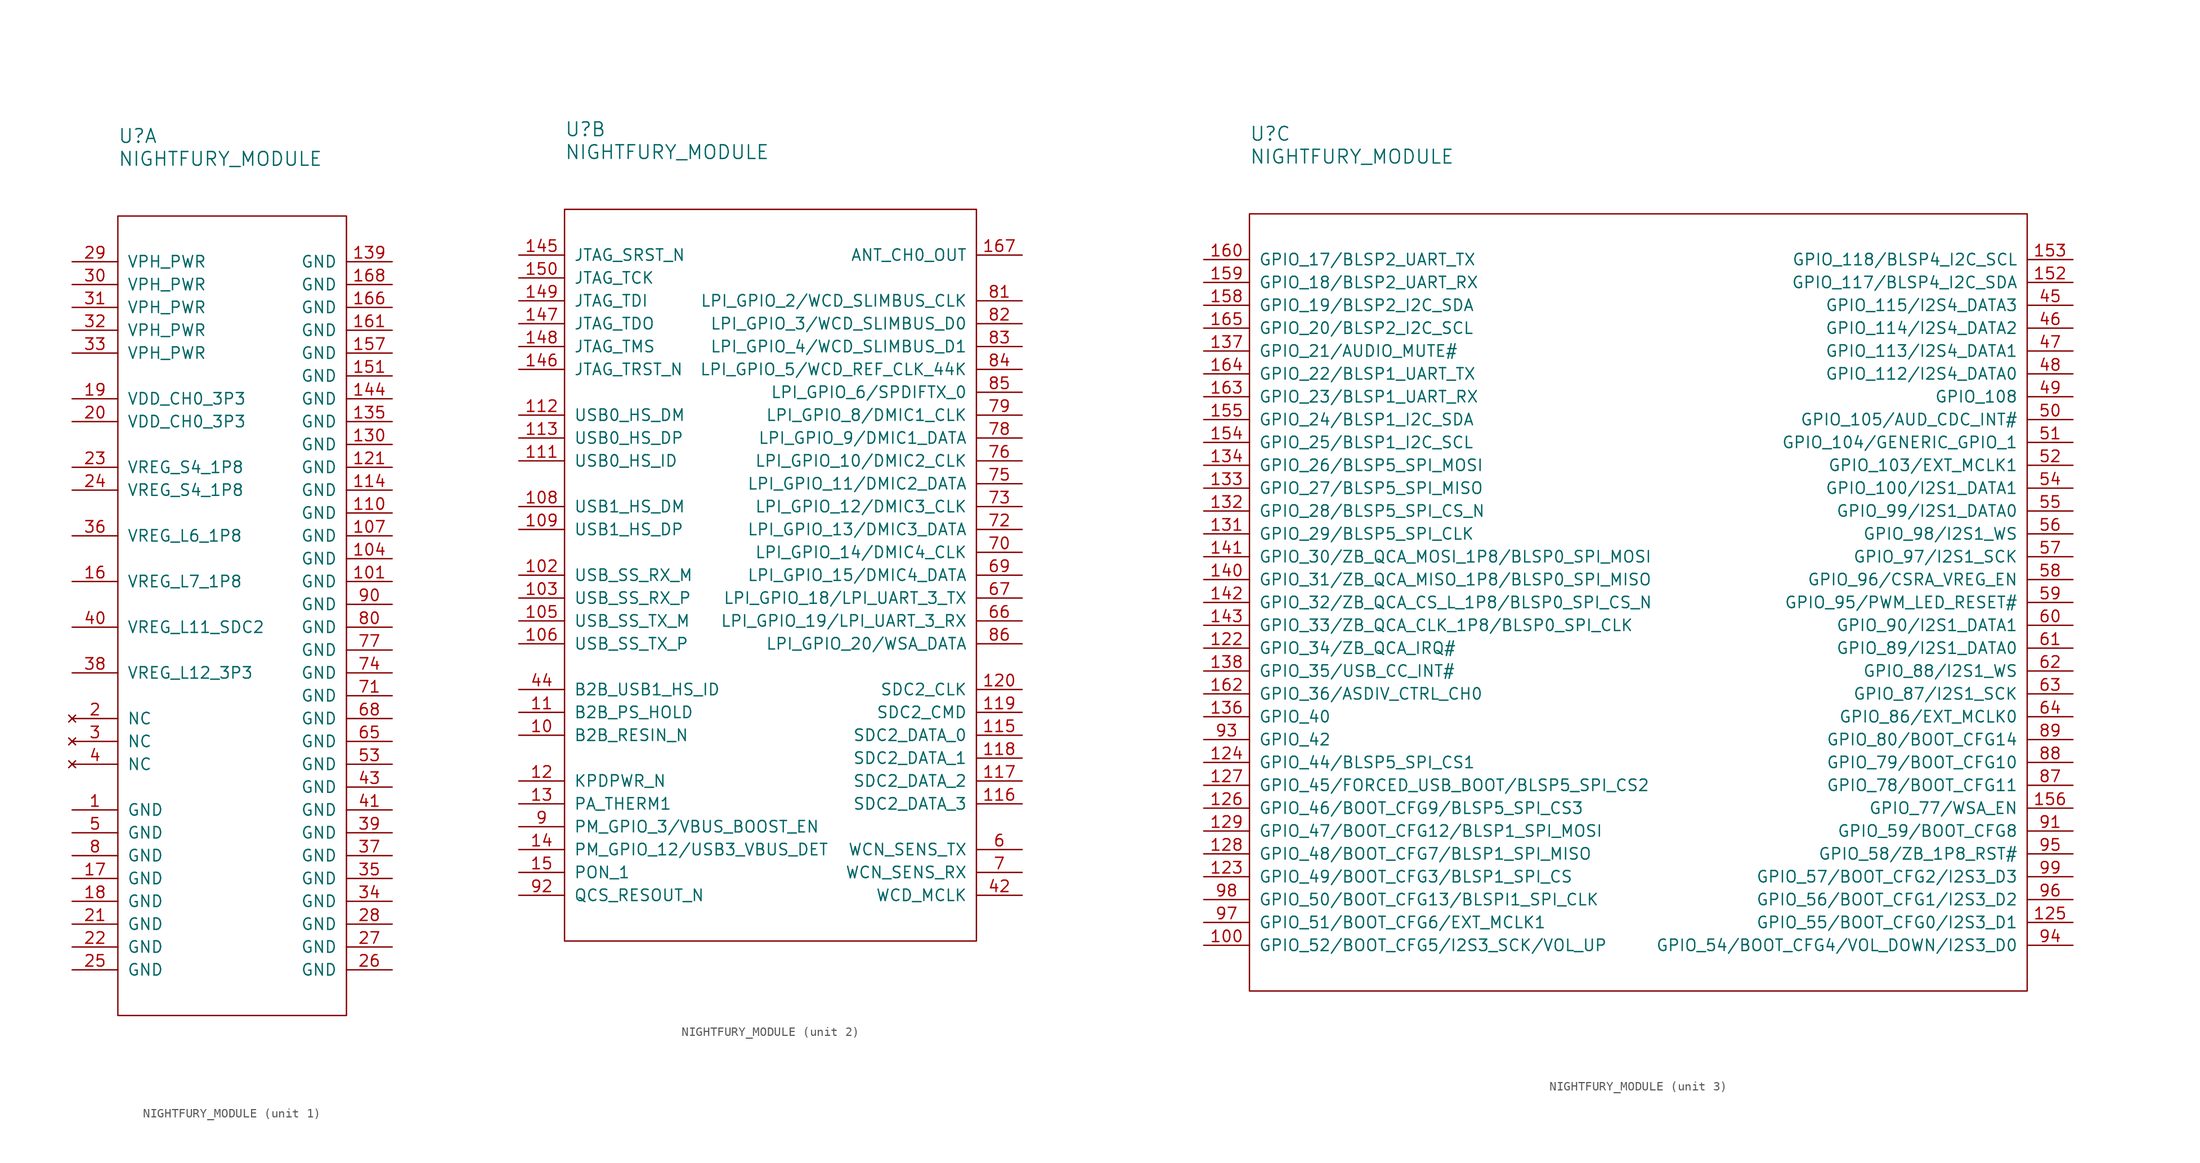
<source format=kicad_sym>
(kicad_symbol_lib
  (version 20211014)
  (generator kicad_symbol_editor)
  (symbol "NIGHTFURY_MODULE"
    (pin_names
      (offset 1.016))
    (property "Reference" "U"
      (at 0 8.89 0)
      (effects (font (size 1.524 1.524)) (justify left)))
    (property "Value" "NIGHTFURY_MODULE"
      (at 0 6.35 0)
      (effects (font (size 1.524 1.524)) (justify left)))
    (property "ki_locked" ""
      (at 0 0 0)
      (effects (font (size 1.27 1.27))))
    (symbol "NIGHTFURY_MODULE_1_1"
      (rectangle (start 0 0) (end 25.4 -88.9) (stroke (width 0) (type default) (color 0 0 0 0)) (fill (type none)))
      (pin passive line (at -5.08 -66.04 0) (length 5.08) (name "GND" (effects (font (size 1.27 1.27)))) (number "1" (effects (font (size 1.27 1.27)))))
      (pin passive line (at 30.48 -40.64 180) (length 5.08) (name "GND" (effects (font (size 1.27 1.27)))) (number "101" (effects (font (size 1.27 1.27)))))
      (pin passive line (at 30.48 -38.1 180) (length 5.08) (name "GND" (effects (font (size 1.27 1.27)))) (number "104" (effects (font (size 1.27 1.27)))))
      (pin passive line (at 30.48 -35.56 180) (length 5.08) (name "GND" (effects (font (size 1.27 1.27)))) (number "107" (effects (font (size 1.27 1.27)))))
      (pin passive line (at 30.48 -33.02 180) (length 5.08) (name "GND" (effects (font (size 1.27 1.27)))) (number "110" (effects (font (size 1.27 1.27)))))
      (pin passive line (at 30.48 -30.48 180) (length 5.08) (name "GND" (effects (font (size 1.27 1.27)))) (number "114" (effects (font (size 1.27 1.27)))))
      (pin passive line (at 30.48 -27.94 180) (length 5.08) (name "GND" (effects (font (size 1.27 1.27)))) (number "121" (effects (font (size 1.27 1.27)))))
      (pin passive line (at 30.48 -25.4 180) (length 5.08) (name "GND" (effects (font (size 1.27 1.27)))) (number "130" (effects (font (size 1.27 1.27)))))
      (pin passive line (at 30.48 -22.86 180) (length 5.08) (name "GND" (effects (font (size 1.27 1.27)))) (number "135" (effects (font (size 1.27 1.27)))))
      (pin passive line (at 30.48 -5.08 180) (length 5.08) (name "GND" (effects (font (size 1.27 1.27)))) (number "139" (effects (font (size 1.27 1.27)))))
      (pin passive line (at 30.48 -20.32 180) (length 5.08) (name "GND" (effects (font (size 1.27 1.27)))) (number "144" (effects (font (size 1.27 1.27)))))
      (pin passive line (at 30.48 -17.78 180) (length 5.08) (name "GND" (effects (font (size 1.27 1.27)))) (number "151" (effects (font (size 1.27 1.27)))))
      (pin passive line (at 30.48 -15.24 180) (length 5.08) (name "GND" (effects (font (size 1.27 1.27)))) (number "157" (effects (font (size 1.27 1.27)))))
      (pin passive line (at -5.08 -40.64 0) (length 5.08) (name "VREG_L7_1P8" (effects (font (size 1.27 1.27)))) (number "16" (effects (font (size 1.27 1.27)))))
      (pin passive line (at 30.48 -12.7 180) (length 5.08) (name "GND" (effects (font (size 1.27 1.27)))) (number "161" (effects (font (size 1.27 1.27)))))
      (pin passive line (at 30.48 -10.16 180) (length 5.08) (name "GND" (effects (font (size 1.27 1.27)))) (number "166" (effects (font (size 1.27 1.27)))))
      (pin passive line (at 30.48 -7.62 180) (length 5.08) (name "GND" (effects (font (size 1.27 1.27)))) (number "168" (effects (font (size 1.27 1.27)))))
      (pin passive line (at -5.08 -73.66 0) (length 5.08) (name "GND" (effects (font (size 1.27 1.27)))) (number "17" (effects (font (size 1.27 1.27)))))
      (pin passive line (at -5.08 -76.2 0) (length 5.08) (name "GND" (effects (font (size 1.27 1.27)))) (number "18" (effects (font (size 1.27 1.27)))))
      (pin passive line (at -5.08 -20.32 0) (length 5.08) (name "VDD_CH0_3P3" (effects (font (size 1.27 1.27)))) (number "19" (effects (font (size 1.27 1.27)))))
      (pin no_connect line (at -5.08 -55.88 0) (length 5.08) (name "NC" (effects (font (size 1.27 1.27)))) (number "2" (effects (font (size 1.27 1.27)))))
      (pin passive line (at -5.08 -22.86 0) (length 5.08) (name "VDD_CH0_3P3" (effects (font (size 1.27 1.27)))) (number "20" (effects (font (size 1.27 1.27)))))
      (pin passive line (at -5.08 -78.74 0) (length 5.08) (name "GND" (effects (font (size 1.27 1.27)))) (number "21" (effects (font (size 1.27 1.27)))))
      (pin passive line (at -5.08 -81.28 0) (length 5.08) (name "GND" (effects (font (size 1.27 1.27)))) (number "22" (effects (font (size 1.27 1.27)))))
      (pin passive line (at -5.08 -27.94 0) (length 5.08) (name "VREG_S4_1P8" (effects (font (size 1.27 1.27)))) (number "23" (effects (font (size 1.27 1.27)))))
      (pin passive line (at -5.08 -30.48 0) (length 5.08) (name "VREG_S4_1P8" (effects (font (size 1.27 1.27)))) (number "24" (effects (font (size 1.27 1.27)))))
      (pin passive line (at -5.08 -83.82 0) (length 5.08) (name "GND" (effects (font (size 1.27 1.27)))) (number "25" (effects (font (size 1.27 1.27)))))
      (pin passive line (at 30.48 -83.82 180) (length 5.08) (name "GND" (effects (font (size 1.27 1.27)))) (number "26" (effects (font (size 1.27 1.27)))))
      (pin passive line (at 30.48 -81.28 180) (length 5.08) (name "GND" (effects (font (size 1.27 1.27)))) (number "27" (effects (font (size 1.27 1.27)))))
      (pin passive line (at 30.48 -78.74 180) (length 5.08) (name "GND" (effects (font (size 1.27 1.27)))) (number "28" (effects (font (size 1.27 1.27)))))
      (pin passive line (at -5.08 -5.08 0) (length 5.08) (name "VPH_PWR" (effects (font (size 1.27 1.27)))) (number "29" (effects (font (size 1.27 1.27)))))
      (pin no_connect line (at -5.08 -58.42 0) (length 5.08) (name "NC" (effects (font (size 1.27 1.27)))) (number "3" (effects (font (size 1.27 1.27)))))
      (pin passive line (at -5.08 -7.62 0) (length 5.08) (name "VPH_PWR" (effects (font (size 1.27 1.27)))) (number "30" (effects (font (size 1.27 1.27)))))
      (pin passive line (at -5.08 -10.16 0) (length 5.08) (name "VPH_PWR" (effects (font (size 1.27 1.27)))) (number "31" (effects (font (size 1.27 1.27)))))
      (pin passive line (at -5.08 -12.7 0) (length 5.08) (name "VPH_PWR" (effects (font (size 1.27 1.27)))) (number "32" (effects (font (size 1.27 1.27)))))
      (pin passive line (at -5.08 -15.24 0) (length 5.08) (name "VPH_PWR" (effects (font (size 1.27 1.27)))) (number "33" (effects (font (size 1.27 1.27)))))
      (pin passive line (at 30.48 -76.2 180) (length 5.08) (name "GND" (effects (font (size 1.27 1.27)))) (number "34" (effects (font (size 1.27 1.27)))))
      (pin passive line (at 30.48 -73.66 180) (length 5.08) (name "GND" (effects (font (size 1.27 1.27)))) (number "35" (effects (font (size 1.27 1.27)))))
      (pin passive line (at -5.08 -35.56 0) (length 5.08) (name "VREG_L6_1P8" (effects (font (size 1.27 1.27)))) (number "36" (effects (font (size 1.27 1.27)))))
      (pin passive line (at 30.48 -71.12 180) (length 5.08) (name "GND" (effects (font (size 1.27 1.27)))) (number "37" (effects (font (size 1.27 1.27)))))
      (pin passive line (at -5.08 -50.8 0) (length 5.08) (name "VREG_L12_3P3" (effects (font (size 1.27 1.27)))) (number "38" (effects (font (size 1.27 1.27)))))
      (pin passive line (at 30.48 -68.58 180) (length 5.08) (name "GND" (effects (font (size 1.27 1.27)))) (number "39" (effects (font (size 1.27 1.27)))))
      (pin no_connect line (at -5.08 -60.96 0) (length 5.08) (name "NC" (effects (font (size 1.27 1.27)))) (number "4" (effects (font (size 1.27 1.27)))))
      (pin passive line (at -5.08 -45.72 0) (length 5.08) (name "VREG_L11_SDC2" (effects (font (size 1.27 1.27)))) (number "40" (effects (font (size 1.27 1.27)))))
      (pin passive line (at 30.48 -66.04 180) (length 5.08) (name "GND" (effects (font (size 1.27 1.27)))) (number "41" (effects (font (size 1.27 1.27)))))
      (pin passive line (at 30.48 -63.5 180) (length 5.08) (name "GND" (effects (font (size 1.27 1.27)))) (number "43" (effects (font (size 1.27 1.27)))))
      (pin passive line (at -5.08 -68.58 0) (length 5.08) (name "GND" (effects (font (size 1.27 1.27)))) (number "5" (effects (font (size 1.27 1.27)))))
      (pin passive line (at 30.48 -60.96 180) (length 5.08) (name "GND" (effects (font (size 1.27 1.27)))) (number "53" (effects (font (size 1.27 1.27)))))
      (pin passive line (at 30.48 -58.42 180) (length 5.08) (name "GND" (effects (font (size 1.27 1.27)))) (number "65" (effects (font (size 1.27 1.27)))))
      (pin passive line (at 30.48 -55.88 180) (length 5.08) (name "GND" (effects (font (size 1.27 1.27)))) (number "68" (effects (font (size 1.27 1.27)))))
      (pin passive line (at 30.48 -53.34 180) (length 5.08) (name "GND" (effects (font (size 1.27 1.27)))) (number "71" (effects (font (size 1.27 1.27)))))
      (pin passive line (at 30.48 -50.8 180) (length 5.08) (name "GND" (effects (font (size 1.27 1.27)))) (number "74" (effects (font (size 1.27 1.27)))))
      (pin passive line (at 30.48 -48.26 180) (length 5.08) (name "GND" (effects (font (size 1.27 1.27)))) (number "77" (effects (font (size 1.27 1.27)))))
      (pin passive line (at -5.08 -71.12 0) (length 5.08) (name "GND" (effects (font (size 1.27 1.27)))) (number "8" (effects (font (size 1.27 1.27)))))
      (pin passive line (at 30.48 -45.72 180) (length 5.08) (name "GND" (effects (font (size 1.27 1.27)))) (number "80" (effects (font (size 1.27 1.27)))))
      (pin passive line (at 30.48 -43.18 180) (length 5.08) (name "GND" (effects (font (size 1.27 1.27)))) (number "90" (effects (font (size 1.27 1.27))))))
    (symbol "NIGHTFURY_MODULE_2_1"
      (rectangle (start 0 0) (end 45.72 -81.28) (stroke (width 0) (type default) (color 0 0 0 0)) (fill (type none)))
      (pin passive line (at -5.08 -58.42 0) (length 5.08) (name "B2B_RESIN_N" (effects (font (size 1.27 1.27)))) (number "10" (effects (font (size 1.27 1.27)))))
      (pin passive line (at -5.08 -40.64 0) (length 5.08) (name "USB_SS_RX_M" (effects (font (size 1.27 1.27)))) (number "102" (effects (font (size 1.27 1.27)))))
      (pin passive line (at -5.08 -43.18 0) (length 5.08) (name "USB_SS_RX_P" (effects (font (size 1.27 1.27)))) (number "103" (effects (font (size 1.27 1.27)))))
      (pin passive line (at -5.08 -45.72 0) (length 5.08) (name "USB_SS_TX_M" (effects (font (size 1.27 1.27)))) (number "105" (effects (font (size 1.27 1.27)))))
      (pin passive line (at -5.08 -48.26 0) (length 5.08) (name "USB_SS_TX_P" (effects (font (size 1.27 1.27)))) (number "106" (effects (font (size 1.27 1.27)))))
      (pin passive line (at -5.08 -33.02 0) (length 5.08) (name "USB1_HS_DM" (effects (font (size 1.27 1.27)))) (number "108" (effects (font (size 1.27 1.27)))))
      (pin passive line (at -5.08 -35.56 0) (length 5.08) (name "USB1_HS_DP" (effects (font (size 1.27 1.27)))) (number "109" (effects (font (size 1.27 1.27)))))
      (pin passive line (at -5.08 -55.88 0) (length 5.08) (name "B2B_PS_HOLD" (effects (font (size 1.27 1.27)))) (number "11" (effects (font (size 1.27 1.27)))))
      (pin passive line (at -5.08 -27.94 0) (length 5.08) (name "USB0_HS_ID" (effects (font (size 1.27 1.27)))) (number "111" (effects (font (size 1.27 1.27)))))
      (pin passive line (at -5.08 -22.86 0) (length 5.08) (name "USB0_HS_DM" (effects (font (size 1.27 1.27)))) (number "112" (effects (font (size 1.27 1.27)))))
      (pin passive line (at -5.08 -25.4 0) (length 5.08) (name "USB0_HS_DP" (effects (font (size 1.27 1.27)))) (number "113" (effects (font (size 1.27 1.27)))))
      (pin passive line (at 50.8 -58.42 180) (length 5.08) (name "SDC2_DATA_0" (effects (font (size 1.27 1.27)))) (number "115" (effects (font (size 1.27 1.27)))))
      (pin passive line (at 50.8 -66.04 180) (length 5.08) (name "SDC2_DATA_3" (effects (font (size 1.27 1.27)))) (number "116" (effects (font (size 1.27 1.27)))))
      (pin passive line (at 50.8 -63.5 180) (length 5.08) (name "SDC2_DATA_2" (effects (font (size 1.27 1.27)))) (number "117" (effects (font (size 1.27 1.27)))))
      (pin passive line (at 50.8 -60.96 180) (length 5.08) (name "SDC2_DATA_1" (effects (font (size 1.27 1.27)))) (number "118" (effects (font (size 1.27 1.27)))))
      (pin passive line (at 50.8 -55.88 180) (length 5.08) (name "SDC2_CMD" (effects (font (size 1.27 1.27)))) (number "119" (effects (font (size 1.27 1.27)))))
      (pin passive line (at -5.08 -63.5 0) (length 5.08) (name "KPDPWR_N" (effects (font (size 1.27 1.27)))) (number "12" (effects (font (size 1.27 1.27)))))
      (pin passive line (at 50.8 -53.34 180) (length 5.08) (name "SDC2_CLK" (effects (font (size 1.27 1.27)))) (number "120" (effects (font (size 1.27 1.27)))))
      (pin passive line (at -5.08 -66.04 0) (length 5.08) (name "PA_THERM1" (effects (font (size 1.27 1.27)))) (number "13" (effects (font (size 1.27 1.27)))))
      (pin passive line (at -5.08 -71.12 0) (length 5.08) (name "PM_GPIO_12/USB3_VBUS_DET" (effects (font (size 1.27 1.27)))) (number "14" (effects (font (size 1.27 1.27)))))
      (pin passive line (at -5.08 -5.08 0) (length 5.08) (name "JTAG_SRST_N" (effects (font (size 1.27 1.27)))) (number "145" (effects (font (size 1.27 1.27)))))
      (pin passive line (at -5.08 -17.78 0) (length 5.08) (name "JTAG_TRST_N" (effects (font (size 1.27 1.27)))) (number "146" (effects (font (size 1.27 1.27)))))
      (pin passive line (at -5.08 -12.7 0) (length 5.08) (name "JTAG_TDO" (effects (font (size 1.27 1.27)))) (number "147" (effects (font (size 1.27 1.27)))))
      (pin passive line (at -5.08 -15.24 0) (length 5.08) (name "JTAG_TMS" (effects (font (size 1.27 1.27)))) (number "148" (effects (font (size 1.27 1.27)))))
      (pin passive line (at -5.08 -10.16 0) (length 5.08) (name "JTAG_TDI" (effects (font (size 1.27 1.27)))) (number "149" (effects (font (size 1.27 1.27)))))
      (pin passive line (at -5.08 -73.66 0) (length 5.08) (name "PON_1" (effects (font (size 1.27 1.27)))) (number "15" (effects (font (size 1.27 1.27)))))
      (pin passive line (at -5.08 -7.62 0) (length 5.08) (name "JTAG_TCK" (effects (font (size 1.27 1.27)))) (number "150" (effects (font (size 1.27 1.27)))))
      (pin passive line (at 50.8 -5.08 180) (length 5.08) (name "ANT_CH0_OUT" (effects (font (size 1.27 1.27)))) (number "167" (effects (font (size 1.27 1.27)))))
      (pin passive line (at 50.8 -76.2 180) (length 5.08) (name "WCD_MCLK" (effects (font (size 1.27 1.27)))) (number "42" (effects (font (size 1.27 1.27)))))
      (pin passive line (at -5.08 -53.34 0) (length 5.08) (name "B2B_USB1_HS_ID" (effects (font (size 1.27 1.27)))) (number "44" (effects (font (size 1.27 1.27)))))
      (pin passive line (at 50.8 -71.12 180) (length 5.08) (name "WCN_SENS_TX" (effects (font (size 1.27 1.27)))) (number "6" (effects (font (size 1.27 1.27)))))
      (pin passive line (at 50.8 -45.72 180) (length 5.08) (name "LPI_GPIO_19/LPI_UART_3_RX" (effects (font (size 1.27 1.27)))) (number "66" (effects (font (size 1.27 1.27)))))
      (pin passive line (at 50.8 -43.18 180) (length 5.08) (name "LPI_GPIO_18/LPI_UART_3_TX" (effects (font (size 1.27 1.27)))) (number "67" (effects (font (size 1.27 1.27)))))
      (pin passive line (at 50.8 -40.64 180) (length 5.08) (name "LPI_GPIO_15/DMIC4_DATA" (effects (font (size 1.27 1.27)))) (number "69" (effects (font (size 1.27 1.27)))))
      (pin passive line (at 50.8 -73.66 180) (length 5.08) (name "WCN_SENS_RX" (effects (font (size 1.27 1.27)))) (number "7" (effects (font (size 1.27 1.27)))))
      (pin passive line (at 50.8 -38.1 180) (length 5.08) (name "LPI_GPIO_14/DMIC4_CLK" (effects (font (size 1.27 1.27)))) (number "70" (effects (font (size 1.27 1.27)))))
      (pin passive line (at 50.8 -35.56 180) (length 5.08) (name "LPI_GPIO_13/DMIC3_DATA" (effects (font (size 1.27 1.27)))) (number "72" (effects (font (size 1.27 1.27)))))
      (pin passive line (at 50.8 -33.02 180) (length 5.08) (name "LPI_GPIO_12/DMIC3_CLK" (effects (font (size 1.27 1.27)))) (number "73" (effects (font (size 1.27 1.27)))))
      (pin passive line (at 50.8 -30.48 180) (length 5.08) (name "LPI_GPIO_11/DMIC2_DATA" (effects (font (size 1.27 1.27)))) (number "75" (effects (font (size 1.27 1.27)))))
      (pin passive line (at 50.8 -27.94 180) (length 5.08) (name "LPI_GPIO_10/DMIC2_CLK" (effects (font (size 1.27 1.27)))) (number "76" (effects (font (size 1.27 1.27)))))
      (pin passive line (at 50.8 -25.4 180) (length 5.08) (name "LPI_GPIO_9/DMIC1_DATA" (effects (font (size 1.27 1.27)))) (number "78" (effects (font (size 1.27 1.27)))))
      (pin passive line (at 50.8 -22.86 180) (length 5.08) (name "LPI_GPIO_8/DMIC1_CLK" (effects (font (size 1.27 1.27)))) (number "79" (effects (font (size 1.27 1.27)))))
      (pin passive line (at 50.8 -10.16 180) (length 5.08) (name "LPI_GPIO_2/WCD_SLIMBUS_CLK" (effects (font (size 1.27 1.27)))) (number "81" (effects (font (size 1.27 1.27)))))
      (pin passive line (at 50.8 -12.7 180) (length 5.08) (name "LPI_GPIO_3/WCD_SLIMBUS_D0" (effects (font (size 1.27 1.27)))) (number "82" (effects (font (size 1.27 1.27)))))
      (pin passive line (at 50.8 -15.24 180) (length 5.08) (name "LPI_GPIO_4/WCD_SLIMBUS_D1" (effects (font (size 1.27 1.27)))) (number "83" (effects (font (size 1.27 1.27)))))
      (pin passive line (at 50.8 -17.78 180) (length 5.08) (name "LPI_GPIO_5/WCD_REF_CLK_44K" (effects (font (size 1.27 1.27)))) (number "84" (effects (font (size 1.27 1.27)))))
      (pin passive line (at 50.8 -20.32 180) (length 5.08) (name "LPI_GPIO_6/SPDIFTX_0" (effects (font (size 1.27 1.27)))) (number "85" (effects (font (size 1.27 1.27)))))
      (pin passive line (at 50.8 -48.26 180) (length 5.08) (name "LPI_GPIO_20/WSA_DATA" (effects (font (size 1.27 1.27)))) (number "86" (effects (font (size 1.27 1.27)))))
      (pin passive line (at -5.08 -68.58 0) (length 5.08) (name "PM_GPIO_3/VBUS_BOOST_EN" (effects (font (size 1.27 1.27)))) (number "9" (effects (font (size 1.27 1.27)))))
      (pin passive line (at -5.08 -76.2 0) (length 5.08) (name "QCS_RESOUT_N" (effects (font (size 1.27 1.27)))) (number "92" (effects (font (size 1.27 1.27))))))
    (symbol "NIGHTFURY_MODULE_3_1"
      (rectangle (start 0 0) (end 86.36 -86.36) (stroke (width 0) (type default) (color 0 0 0 0)) (fill (type none)))
      (pin passive line (at -5.08 -81.28 0) (length 5.08) (name "GPIO_52/BOOT_CFG5/I2S3_SCK/VOL_UP" (effects (font (size 1.27 1.27)))) (number "100" (effects (font (size 1.27 1.27)))))
      (pin passive line (at -5.08 -48.26 0) (length 5.08) (name "GPIO_34/ZB_QCA_IRQ#" (effects (font (size 1.27 1.27)))) (number "122" (effects (font (size 1.27 1.27)))))
      (pin passive line (at -5.08 -73.66 0) (length 5.08) (name "GPIO_49/BOOT_CFG3/BLSP1_SPI_CS" (effects (font (size 1.27 1.27)))) (number "123" (effects (font (size 1.27 1.27)))))
      (pin passive line (at -5.08 -60.96 0) (length 5.08) (name "GPIO_44/BLSP5_SPI_CS1" (effects (font (size 1.27 1.27)))) (number "124" (effects (font (size 1.27 1.27)))))
      (pin passive line (at 91.44 -78.74 180) (length 5.08) (name "GPIO_55/BOOT_CFG0/I2S3_D1" (effects (font (size 1.27 1.27)))) (number "125" (effects (font (size 1.27 1.27)))))
      (pin passive line (at -5.08 -66.04 0) (length 5.08) (name "GPIO_46/BOOT_CFG9/BLSP5_SPI_CS3" (effects (font (size 1.27 1.27)))) (number "126" (effects (font (size 1.27 1.27)))))
      (pin passive line (at -5.08 -63.5 0) (length 5.08) (name "GPIO_45/FORCED_USB_BOOT/BLSP5_SPI_CS2" (effects (font (size 1.27 1.27)))) (number "127" (effects (font (size 1.27 1.27)))))
      (pin passive line (at -5.08 -71.12 0) (length 5.08) (name "GPIO_48/BOOT_CFG7/BLSP1_SPI_MISO" (effects (font (size 1.27 1.27)))) (number "128" (effects (font (size 1.27 1.27)))))
      (pin passive line (at -5.08 -68.58 0) (length 5.08) (name "GPIO_47/BOOT_CFG12/BLSP1_SPI_MOSI" (effects (font (size 1.27 1.27)))) (number "129" (effects (font (size 1.27 1.27)))))
      (pin passive line (at -5.08 -35.56 0) (length 5.08) (name "GPIO_29/BLSP5_SPI_CLK" (effects (font (size 1.27 1.27)))) (number "131" (effects (font (size 1.27 1.27)))))
      (pin passive line (at -5.08 -33.02 0) (length 5.08) (name "GPIO_28/BLSP5_SPI_CS_N" (effects (font (size 1.27 1.27)))) (number "132" (effects (font (size 1.27 1.27)))))
      (pin passive line (at -5.08 -30.48 0) (length 5.08) (name "GPIO_27/BLSP5_SPI_MISO" (effects (font (size 1.27 1.27)))) (number "133" (effects (font (size 1.27 1.27)))))
      (pin passive line (at -5.08 -27.94 0) (length 5.08) (name "GPIO_26/BLSP5_SPI_MOSI" (effects (font (size 1.27 1.27)))) (number "134" (effects (font (size 1.27 1.27)))))
      (pin passive line (at -5.08 -55.88 0) (length 5.08) (name "GPIO_40" (effects (font (size 1.27 1.27)))) (number "136" (effects (font (size 1.27 1.27)))))
      (pin passive line (at -5.08 -15.24 0) (length 5.08) (name "GPIO_21/AUDIO_MUTE#" (effects (font (size 1.27 1.27)))) (number "137" (effects (font (size 1.27 1.27)))))
      (pin passive line (at -5.08 -50.8 0) (length 5.08) (name "GPIO_35/USB_CC_INT#" (effects (font (size 1.27 1.27)))) (number "138" (effects (font (size 1.27 1.27)))))
      (pin passive line (at -5.08 -40.64 0) (length 5.08) (name "GPIO_31/ZB_QCA_MISO_1P8/BLSP0_SPI_MISO" (effects (font (size 1.27 1.27)))) (number "140" (effects (font (size 1.27 1.27)))))
      (pin passive line (at -5.08 -38.1 0) (length 5.08) (name "GPIO_30/ZB_QCA_MOSI_1P8/BLSP0_SPI_MOSI" (effects (font (size 1.27 1.27)))) (number "141" (effects (font (size 1.27 1.27)))))
      (pin passive line (at -5.08 -43.18 0) (length 5.08) (name "GPIO_32/ZB_QCA_CS_L_1P8/BLSP0_SPI_CS_N" (effects (font (size 1.27 1.27)))) (number "142" (effects (font (size 1.27 1.27)))))
      (pin passive line (at -5.08 -45.72 0) (length 5.08) (name "GPIO_33/ZB_QCA_CLK_1P8/BLSP0_SPI_CLK" (effects (font (size 1.27 1.27)))) (number "143" (effects (font (size 1.27 1.27)))))
      (pin passive line (at 91.44 -7.62 180) (length 5.08) (name "GPIO_117/BLSP4_I2C_SDA" (effects (font (size 1.27 1.27)))) (number "152" (effects (font (size 1.27 1.27)))))
      (pin passive line (at 91.44 -5.08 180) (length 5.08) (name "GPIO_118/BLSP4_I2C_SCL" (effects (font (size 1.27 1.27)))) (number "153" (effects (font (size 1.27 1.27)))))
      (pin passive line (at -5.08 -25.4 0) (length 5.08) (name "GPIO_25/BLSP1_I2C_SCL" (effects (font (size 1.27 1.27)))) (number "154" (effects (font (size 1.27 1.27)))))
      (pin passive line (at -5.08 -22.86 0) (length 5.08) (name "GPIO_24/BLSP1_I2C_SDA" (effects (font (size 1.27 1.27)))) (number "155" (effects (font (size 1.27 1.27)))))
      (pin passive line (at 91.44 -66.04 180) (length 5.08) (name "GPIO_77/WSA_EN" (effects (font (size 1.27 1.27)))) (number "156" (effects (font (size 1.27 1.27)))))
      (pin passive line (at -5.08 -10.16 0) (length 5.08) (name "GPIO_19/BLSP2_I2C_SDA" (effects (font (size 1.27 1.27)))) (number "158" (effects (font (size 1.27 1.27)))))
      (pin passive line (at -5.08 -7.62 0) (length 5.08) (name "GPIO_18/BLSP2_UART_RX" (effects (font (size 1.27 1.27)))) (number "159" (effects (font (size 1.27 1.27)))))
      (pin passive line (at -5.08 -5.08 0) (length 5.08) (name "GPIO_17/BLSP2_UART_TX" (effects (font (size 1.27 1.27)))) (number "160" (effects (font (size 1.27 1.27)))))
      (pin passive line (at -5.08 -53.34 0) (length 5.08) (name "GPIO_36/ASDIV_CTRL_CH0" (effects (font (size 1.27 1.27)))) (number "162" (effects (font (size 1.27 1.27)))))
      (pin passive line (at -5.08 -20.32 0) (length 5.08) (name "GPIO_23/BLSP1_UART_RX" (effects (font (size 1.27 1.27)))) (number "163" (effects (font (size 1.27 1.27)))))
      (pin passive line (at -5.08 -17.78 0) (length 5.08) (name "GPIO_22/BLSP1_UART_TX" (effects (font (size 1.27 1.27)))) (number "164" (effects (font (size 1.27 1.27)))))
      (pin passive line (at -5.08 -12.7 0) (length 5.08) (name "GPIO_20/BLSP2_I2C_SCL" (effects (font (size 1.27 1.27)))) (number "165" (effects (font (size 1.27 1.27)))))
      (pin passive line (at 91.44 -10.16 180) (length 5.08) (name "GPIO_115/I2S4_DATA3" (effects (font (size 1.27 1.27)))) (number "45" (effects (font (size 1.27 1.27)))))
      (pin passive line (at 91.44 -12.7 180) (length 5.08) (name "GPIO_114/I2S4_DATA2" (effects (font (size 1.27 1.27)))) (number "46" (effects (font (size 1.27 1.27)))))
      (pin passive line (at 91.44 -15.24 180) (length 5.08) (name "GPIO_113/I2S4_DATA1" (effects (font (size 1.27 1.27)))) (number "47" (effects (font (size 1.27 1.27)))))
      (pin passive line (at 91.44 -17.78 180) (length 5.08) (name "GPIO_112/I2S4_DATA0" (effects (font (size 1.27 1.27)))) (number "48" (effects (font (size 1.27 1.27)))))
      (pin passive line (at 91.44 -20.32 180) (length 5.08) (name "GPIO_108" (effects (font (size 1.27 1.27)))) (number "49" (effects (font (size 1.27 1.27)))))
      (pin passive line (at 91.44 -22.86 180) (length 5.08) (name "GPIO_105/AUD_CDC_INT#" (effects (font (size 1.27 1.27)))) (number "50" (effects (font (size 1.27 1.27)))))
      (pin passive line (at 91.44 -25.4 180) (length 5.08) (name "GPIO_104/GENERIC_GPIO_1" (effects (font (size 1.27 1.27)))) (number "51" (effects (font (size 1.27 1.27)))))
      (pin passive line (at 91.44 -27.94 180) (length 5.08) (name "GPIO_103/EXT_MCLK1" (effects (font (size 1.27 1.27)))) (number "52" (effects (font (size 1.27 1.27)))))
      (pin passive line (at 91.44 -30.48 180) (length 5.08) (name "GPIO_100/I2S1_DATA1" (effects (font (size 1.27 1.27)))) (number "54" (effects (font (size 1.27 1.27)))))
      (pin passive line (at 91.44 -33.02 180) (length 5.08) (name "GPIO_99/I2S1_DATA0" (effects (font (size 1.27 1.27)))) (number "55" (effects (font (size 1.27 1.27)))))
      (pin passive line (at 91.44 -35.56 180) (length 5.08) (name "GPIO_98/I2S1_WS" (effects (font (size 1.27 1.27)))) (number "56" (effects (font (size 1.27 1.27)))))
      (pin passive line (at 91.44 -38.1 180) (length 5.08) (name "GPIO_97/I2S1_SCK" (effects (font (size 1.27 1.27)))) (number "57" (effects (font (size 1.27 1.27)))))
      (pin passive line (at 91.44 -40.64 180) (length 5.08) (name "GPIO_96/CSRA_VREG_EN" (effects (font (size 1.27 1.27)))) (number "58" (effects (font (size 1.27 1.27)))))
      (pin passive line (at 91.44 -43.18 180) (length 5.08) (name "GPIO_95/PWM_LED_RESET#" (effects (font (size 1.27 1.27)))) (number "59" (effects (font (size 1.27 1.27)))))
      (pin passive line (at 91.44 -45.72 180) (length 5.08) (name "GPIO_90/I2S1_DATA1" (effects (font (size 1.27 1.27)))) (number "60" (effects (font (size 1.27 1.27)))))
      (pin passive line (at 91.44 -48.26 180) (length 5.08) (name "GPIO_89/I2S1_DATA0" (effects (font (size 1.27 1.27)))) (number "61" (effects (font (size 1.27 1.27)))))
      (pin passive line (at 91.44 -50.8 180) (length 5.08) (name "GPIO_88/I2S1_WS" (effects (font (size 1.27 1.27)))) (number "62" (effects (font (size 1.27 1.27)))))
      (pin passive line (at 91.44 -53.34 180) (length 5.08) (name "GPIO_87/I2S1_SCK" (effects (font (size 1.27 1.27)))) (number "63" (effects (font (size 1.27 1.27)))))
      (pin passive line (at 91.44 -55.88 180) (length 5.08) (name "GPIO_86/EXT_MCLK0" (effects (font (size 1.27 1.27)))) (number "64" (effects (font (size 1.27 1.27)))))
      (pin passive line (at 91.44 -63.5 180) (length 5.08) (name "GPIO_78/BOOT_CFG11" (effects (font (size 1.27 1.27)))) (number "87" (effects (font (size 1.27 1.27)))))
      (pin passive line (at 91.44 -60.96 180) (length 5.08) (name "GPIO_79/BOOT_CFG10" (effects (font (size 1.27 1.27)))) (number "88" (effects (font (size 1.27 1.27)))))
      (pin passive line (at 91.44 -58.42 180) (length 5.08) (name "GPIO_80/BOOT_CFG14" (effects (font (size 1.27 1.27)))) (number "89" (effects (font (size 1.27 1.27)))))
      (pin passive line (at 91.44 -68.58 180) (length 5.08) (name "GPIO_59/BOOT_CFG8" (effects (font (size 1.27 1.27)))) (number "91" (effects (font (size 1.27 1.27)))))
      (pin passive line (at -5.08 -58.42 0) (length 5.08) (name "GPIO_42" (effects (font (size 1.27 1.27)))) (number "93" (effects (font (size 1.27 1.27)))))
      (pin passive line (at 91.44 -81.28 180) (length 5.08) (name "GPIO_54/BOOT_CFG4/VOL_DOWN/I2S3_D0" (effects (font (size 1.27 1.27)))) (number "94" (effects (font (size 1.27 1.27)))))
      (pin passive line (at 91.44 -71.12 180) (length 5.08) (name "GPIO_58/ZB_1P8_RST#" (effects (font (size 1.27 1.27)))) (number "95" (effects (font (size 1.27 1.27)))))
      (pin passive line (at 91.44 -76.2 180) (length 5.08) (name "GPIO_56/BOOT_CFG1/I2S3_D2" (effects (font (size 1.27 1.27)))) (number "96" (effects (font (size 1.27 1.27)))))
      (pin passive line (at -5.08 -78.74 0) (length 5.08) (name "GPIO_51/BOOT_CFG6/EXT_MCLK1" (effects (font (size 1.27 1.27)))) (number "97" (effects (font (size 1.27 1.27)))))
      (pin passive line (at -5.08 -76.2 0) (length 5.08) (name "GPIO_50/BOOT_CFG13/BLSPI1_SPI_CLK" (effects (font (size 1.27 1.27)))) (number "98" (effects (font (size 1.27 1.27)))))
      (pin passive line (at 91.44 -73.66 180) (length 5.08) (name "GPIO_57/BOOT_CFG2/I2S3_D3" (effects (font (size 1.27 1.27)))) (number "99" (effects (font (size 1.27 1.27))))))))
</source>
